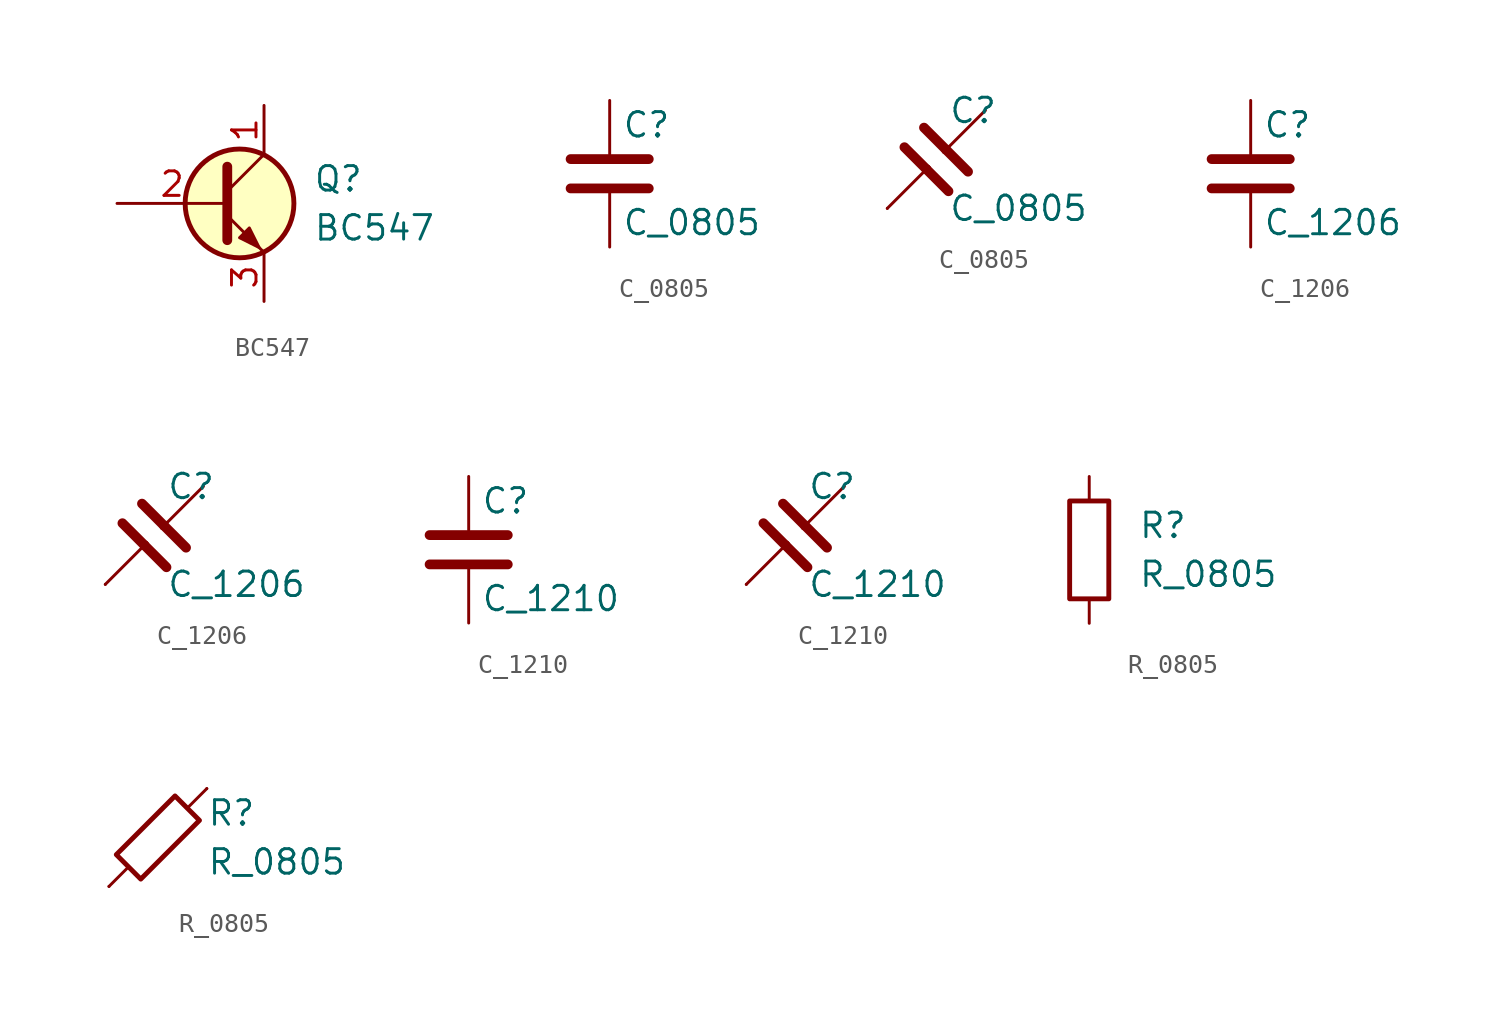
<source format=kicad_sym>
(kicad_symbol_lib
  (version 20241209)
  (generator "kicad_symbol_editor")
  (generator_version "9.0")
  (symbol "BC547"
    (pin_names
      (hide yes))
    (property "Reference" "Q"
      (at 5.08 1.27 0)
      (effects (font (size 1.27 1.27)) (justify left)))
    (property "Value" "BC547"
      (at 5.08 -1.27 0)
      (effects (font (size 1.27 1.27)) (justify left)))
    (symbol "BC547_0_1"
      (polyline (pts (xy 0.635 1.905) (xy 0.635 -1.905) (xy 0.635 -1.905)) (stroke (width 0.508) (type default)) (fill (type none)))
      (polyline (pts (xy 0.635 0.635) (xy 2.54 2.54)) (stroke (width 0) (type default)) (fill (type none)))
      (polyline (pts (xy 0.635 -0.635) (xy 2.54 -2.54) (xy 2.54 -2.54)) (stroke (width 0) (type default)) (fill (type none)))
      (circle (center 1.27 0) (radius 2.819) (stroke (width 0.254) (type default)) (fill (type background)))
      (polyline (pts (xy 1.27 -1.778) (xy 1.778 -1.27) (xy 2.286 -2.286) (xy 1.27 -1.778) (xy 1.27 -1.778)) (stroke (width 0) (type default)) (fill (type outline))))
    (symbol "BC547_1_1"
      (pin input line (at -5.08 0 0) (length 5.715) (name "B" (effects (font (size 1.27 1.27)))) (number "2" (effects (font (size 1.27 1.27)))))
      (pin passive line (at 2.54 5.08 270) (length 2.54) (name "C" (effects (font (size 1.27 1.27)))) (number "1" (effects (font (size 1.27 1.27)))))
      (pin passive line (at 2.54 -5.08 90) (length 2.54) (name "E" (effects (font (size 1.27 1.27)))) (number "3" (effects (font (size 1.27 1.27)))))))
  (symbol "C_0805"
    (pin_numbers
      (hide yes))
    (pin_names
      (offset 0.254))
    (property "Reference" "C"
      (at 0.635 2.54 0)
      (effects (font (size 1.27 1.27)) (justify left)))
    (property "Value" "C_0805"
      (at 0.635 -2.54 0)
      (effects (font (size 1.27 1.27)) (justify left)))
    (symbol "C_0805_0_1"
      (polyline (pts (xy -2.032 0.762) (xy 2.032 0.762)) (stroke (width 0.508) (type default)) (fill (type none)))
      (polyline (pts (xy -2.032 -0.762) (xy 2.032 -0.762)) (stroke (width 0.508) (type default)) (fill (type none))))
    (symbol "C_0805_0_2"
      (polyline (pts (xy -2.54 -2.54) (xy -0.381 -0.381)) (stroke (width 0) (type default)) (fill (type none)))
      (polyline (pts (xy -0.508 -0.508) (xy -1.651 0.635)) (stroke (width 0.508) (type default)) (fill (type none)))
      (polyline (pts (xy -0.508 -0.508) (xy 0.635 -1.651)) (stroke (width 0.508) (type default)) (fill (type none)))
      (polyline (pts (xy 0.381 0.381) (xy 2.54 2.54)) (stroke (width 0) (type default)) (fill (type none)))
      (polyline (pts (xy 0.508 0.508) (xy -0.635 1.651)) (stroke (width 0.508) (type default)) (fill (type none)))
      (polyline (pts (xy 0.508 0.508) (xy 1.651 -0.635)) (stroke (width 0.508) (type default)) (fill (type none))))
    (symbol "C_0805_1_1"
      (pin passive line (at 0 3.81 270) (length 2.794) (name "~" (effects (font (size 1.27 1.27)))) (number "1" (effects (font (size 1.27 1.27)))))
      (pin passive line (at 0 -3.81 90) (length 2.794) (name "~" (effects (font (size 1.27 1.27)))) (number "2" (effects (font (size 1.27 1.27))))))
    (symbol "C_0805_1_2"
      (pin passive line (at -2.54 -2.54 90) (length 0) (name "~" (effects (font (size 1.27 1.27)))) (number "2" (effects (font (size 1.27 1.27)))))
      (pin passive line (at 2.54 2.54 270) (length 0) (name "~" (effects (font (size 1.27 1.27)))) (number "1" (effects (font (size 1.27 1.27)))))))
  (symbol "C_1206"
    (pin_numbers
      (hide yes))
    (pin_names
      (offset 0.254))
    (property "Reference" "C"
      (at 0.635 2.54 0)
      (effects (font (size 1.27 1.27)) (justify left)))
    (property "Value" "C_1206"
      (at 0.635 -2.54 0)
      (effects (font (size 1.27 1.27)) (justify left)))
    (symbol "C_1206_0_1"
      (polyline (pts (xy -2.032 0.762) (xy 2.032 0.762)) (stroke (width 0.508) (type default)) (fill (type none)))
      (polyline (pts (xy -2.032 -0.762) (xy 2.032 -0.762)) (stroke (width 0.508) (type default)) (fill (type none))))
    (symbol "C_1206_0_2"
      (polyline (pts (xy -2.54 -2.54) (xy -0.381 -0.381)) (stroke (width 0) (type default)) (fill (type none)))
      (polyline (pts (xy -0.508 -0.508) (xy -1.651 0.635)) (stroke (width 0.508) (type default)) (fill (type none)))
      (polyline (pts (xy -0.508 -0.508) (xy 0.635 -1.651)) (stroke (width 0.508) (type default)) (fill (type none)))
      (polyline (pts (xy 0.381 0.381) (xy 2.54 2.54)) (stroke (width 0) (type default)) (fill (type none)))
      (polyline (pts (xy 0.508 0.508) (xy -0.635 1.651)) (stroke (width 0.508) (type default)) (fill (type none)))
      (polyline (pts (xy 0.508 0.508) (xy 1.651 -0.635)) (stroke (width 0.508) (type default)) (fill (type none))))
    (symbol "C_1206_1_1"
      (pin passive line (at 0 3.81 270) (length 2.794) (name "~" (effects (font (size 1.27 1.27)))) (number "1" (effects (font (size 1.27 1.27)))))
      (pin passive line (at 0 -3.81 90) (length 2.794) (name "~" (effects (font (size 1.27 1.27)))) (number "2" (effects (font (size 1.27 1.27))))))
    (symbol "C_1206_1_2"
      (pin passive line (at -2.54 -2.54 90) (length 0) (name "~" (effects (font (size 1.27 1.27)))) (number "2" (effects (font (size 1.27 1.27)))))
      (pin passive line (at 2.54 2.54 270) (length 0) (name "~" (effects (font (size 1.27 1.27)))) (number "1" (effects (font (size 1.27 1.27)))))))
  (symbol "C_1210"
    (pin_numbers
      (hide yes))
    (pin_names
      (offset 0.254))
    (property "Reference" "C"
      (at 0.635 2.54 0)
      (effects (font (size 1.27 1.27)) (justify left)))
    (property "Value" "C_1210"
      (at 0.635 -2.54 0)
      (effects (font (size 1.27 1.27)) (justify left)))
    (symbol "C_1210_0_1"
      (polyline (pts (xy -2.032 0.762) (xy 2.032 0.762)) (stroke (width 0.508) (type default)) (fill (type none)))
      (polyline (pts (xy -2.032 -0.762) (xy 2.032 -0.762)) (stroke (width 0.508) (type default)) (fill (type none))))
    (symbol "C_1210_0_2"
      (polyline (pts (xy -2.54 -2.54) (xy -0.381 -0.381)) (stroke (width 0) (type default)) (fill (type none)))
      (polyline (pts (xy -0.508 -0.508) (xy -1.651 0.635)) (stroke (width 0.508) (type default)) (fill (type none)))
      (polyline (pts (xy -0.508 -0.508) (xy 0.635 -1.651)) (stroke (width 0.508) (type default)) (fill (type none)))
      (polyline (pts (xy 0.381 0.381) (xy 2.54 2.54)) (stroke (width 0) (type default)) (fill (type none)))
      (polyline (pts (xy 0.508 0.508) (xy -0.635 1.651)) (stroke (width 0.508) (type default)) (fill (type none)))
      (polyline (pts (xy 0.508 0.508) (xy 1.651 -0.635)) (stroke (width 0.508) (type default)) (fill (type none))))
    (symbol "C_1210_1_1"
      (pin passive line (at 0 3.81 270) (length 2.794) (name "~" (effects (font (size 1.27 1.27)))) (number "1" (effects (font (size 1.27 1.27)))))
      (pin passive line (at 0 -3.81 90) (length 2.794) (name "~" (effects (font (size 1.27 1.27)))) (number "2" (effects (font (size 1.27 1.27))))))
    (symbol "C_1210_1_2"
      (pin passive line (at -2.54 -2.54 90) (length 0) (name "~" (effects (font (size 1.27 1.27)))) (number "2" (effects (font (size 1.27 1.27)))))
      (pin passive line (at 2.54 2.54 270) (length 0) (name "~" (effects (font (size 1.27 1.27)))) (number "1" (effects (font (size 1.27 1.27)))))))
  (symbol "R_0805"
    (pin_numbers
      (hide yes))
    (pin_names
      (offset 0))
    (property "Reference" "R"
      (at 2.54 1.27 0)
      (effects (font (size 1.27 1.27)) (justify left)))
    (property "Value" "R_0805"
      (at 2.54 -1.27 0)
      (effects (font (size 1.27 1.27)) (justify left)))
    (symbol "R_0805_0_1"
      (rectangle (start -1.016 2.54) (end 1.016 -2.54) (stroke (width 0.254) (type default)) (fill (type none))))
    (symbol "R_0805_0_2"
      (polyline (pts (xy -2.54 -2.54) (xy -1.524 -1.524)) (stroke (width 0) (type default)) (fill (type none)))
      (polyline (pts (xy 1.524 1.524) (xy 2.54 2.54)) (stroke (width 0) (type default)) (fill (type none)))
      (polyline (pts (xy 1.524 1.524) (xy 0.889 2.159) (xy -2.159 -0.889) (xy -0.889 -2.159) (xy 2.159 0.889) (xy 1.524 1.524)) (stroke (width 0.254) (type default)) (fill (type none))))
    (symbol "R_0805_1_1"
      (pin passive line (at 0 3.81 270) (length 1.27) (name "~" (effects (font (size 1.27 1.27)))) (number "1" (effects (font (size 1.27 1.27)))))
      (pin passive line (at 0 -3.81 90) (length 1.27) (name "~" (effects (font (size 1.27 1.27)))) (number "2" (effects (font (size 1.27 1.27))))))
    (symbol "R_0805_1_2"
      (pin passive line (at -2.54 -2.54 0) (length 0) (name "" (effects (font (size 1.27 1.27)))) (number "2" (effects (font (size 1.27 1.27)))))
      (pin passive line (at 2.54 2.54 180) (length 0) (name "" (effects (font (size 1.27 1.27)))) (number "1" (effects (font (size 1.27 1.27))))))))
</source>
